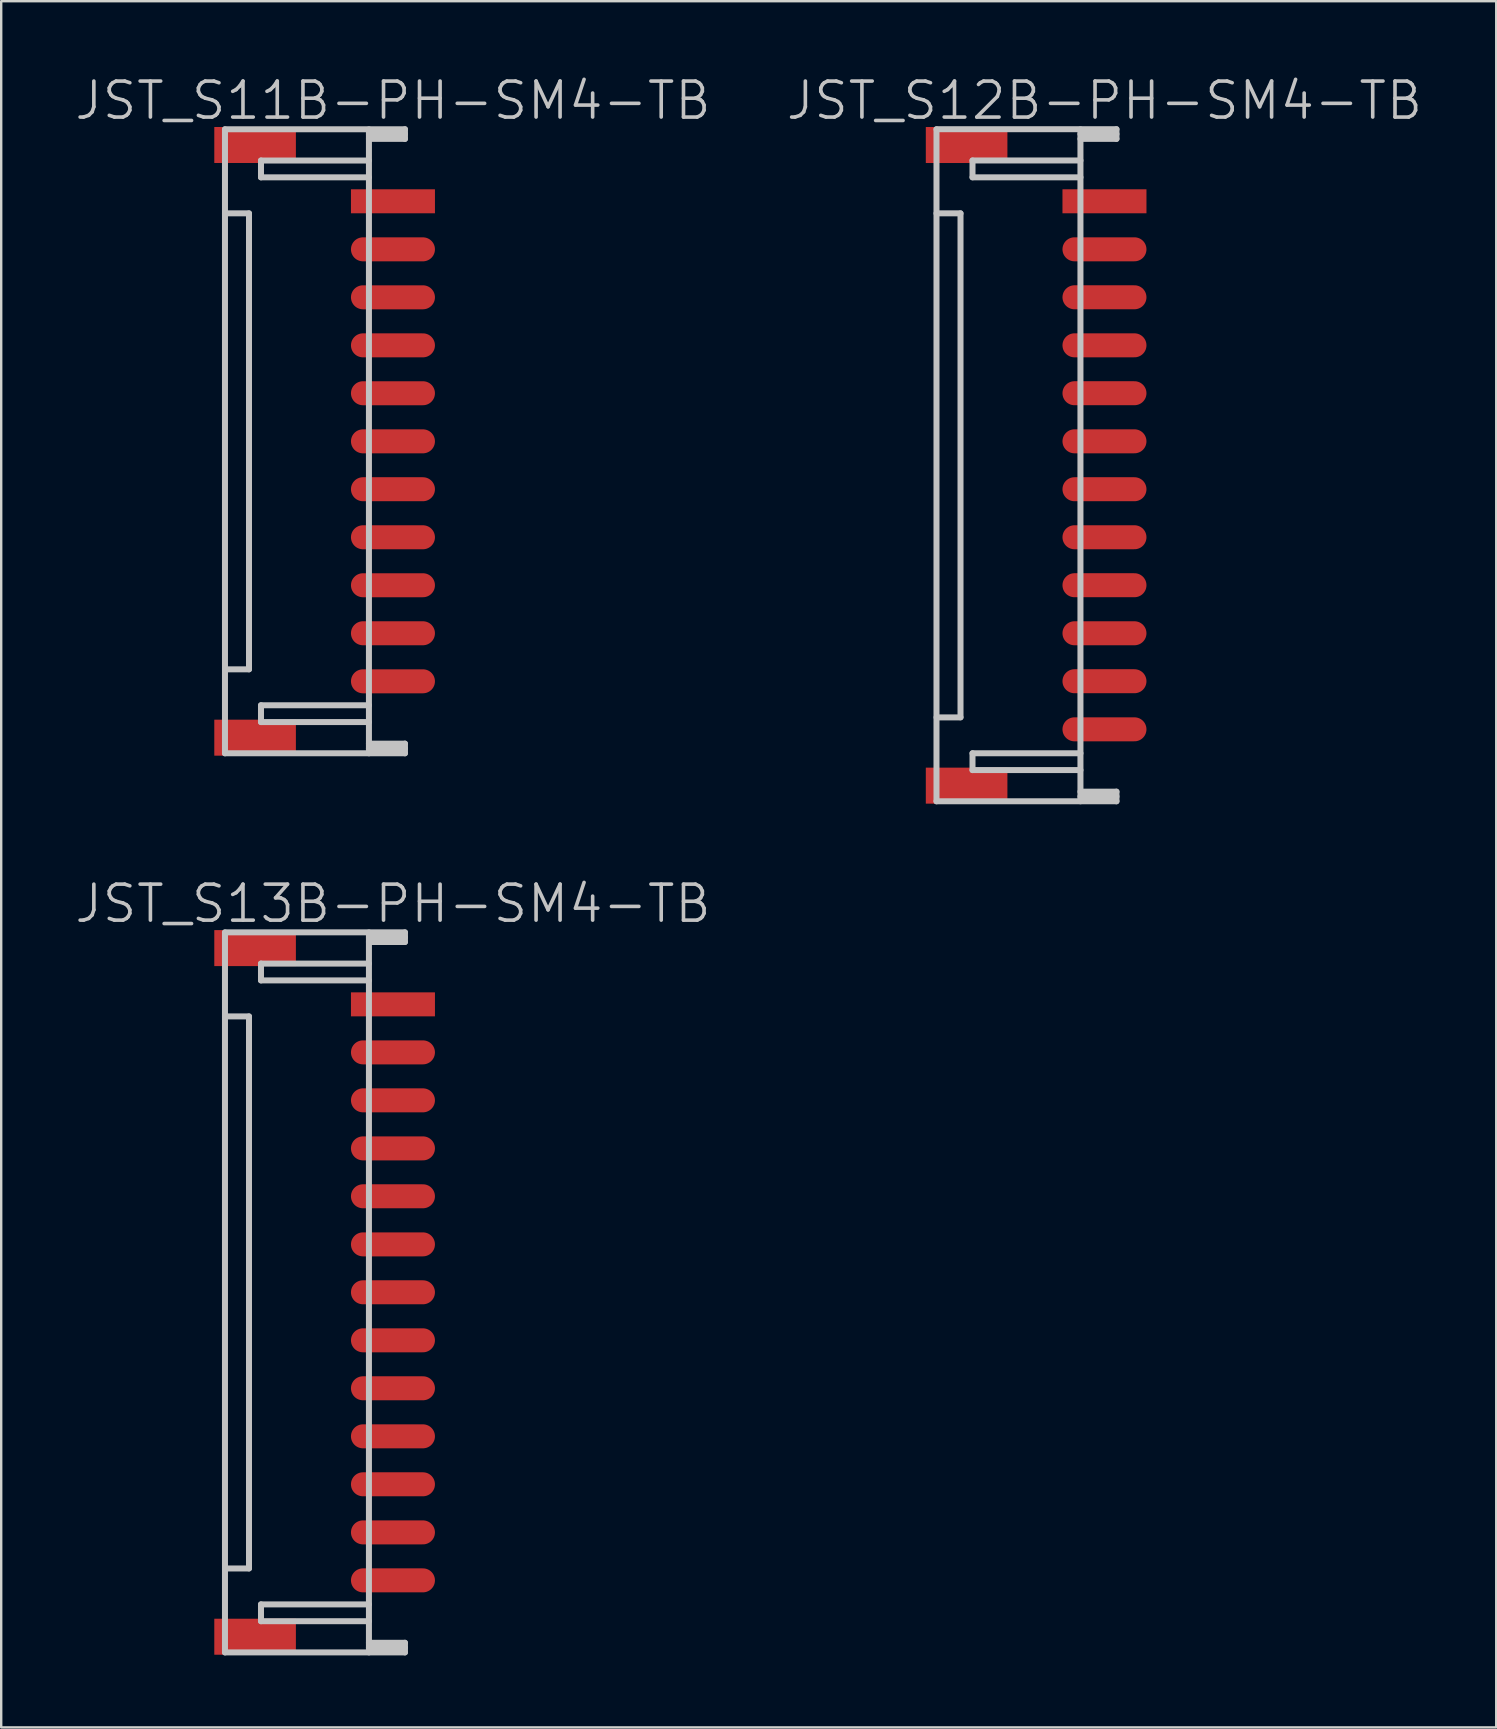
<source format=kicad_pcb>
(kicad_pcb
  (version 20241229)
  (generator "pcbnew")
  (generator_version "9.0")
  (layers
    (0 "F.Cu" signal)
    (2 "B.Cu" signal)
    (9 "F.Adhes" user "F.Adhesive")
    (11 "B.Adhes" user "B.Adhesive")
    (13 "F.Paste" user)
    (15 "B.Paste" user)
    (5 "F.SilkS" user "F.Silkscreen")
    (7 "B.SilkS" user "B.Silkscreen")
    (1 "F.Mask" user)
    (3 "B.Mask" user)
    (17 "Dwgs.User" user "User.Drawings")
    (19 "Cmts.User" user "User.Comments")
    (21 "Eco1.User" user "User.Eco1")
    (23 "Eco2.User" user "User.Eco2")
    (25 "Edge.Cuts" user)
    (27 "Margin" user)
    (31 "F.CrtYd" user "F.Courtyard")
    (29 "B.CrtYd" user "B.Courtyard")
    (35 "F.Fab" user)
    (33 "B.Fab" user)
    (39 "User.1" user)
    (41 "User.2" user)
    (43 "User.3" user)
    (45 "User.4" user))
  (footprint "JST_S11B-PH-SM4-TB"
    (layer "F.Cu")
    (at 13.325 15.341)
    (property "Reference" "JST_S11B-PH-SM4-TB" (at 0 -14.2 180) (layer "Dwgs.User") (effects (font (size 1.5 1.5) (thickness 0.15))))
    (attr smd)
    (fp_line (start -7 -13.005) (end 0.5 -13.005) (stroke (width 0.25) (type solid)) (layer "Dwgs.User"))
    (fp_line (start -7 -13) (end -7 13) (stroke (width 0.25) (type solid)) (layer "Dwgs.User"))
    (fp_line (start -7 -9.5) (end -5.999 -9.5) (stroke (width 0.25) (type solid)) (layer "Dwgs.User"))
    (fp_line (start -5.999 9.5) (end -5.999 -9.5) (stroke (width 0.25) (type solid)) (layer "Dwgs.User"))
    (fp_line (start -5.999 9.502) (end -6.998 9.502) (stroke (width 0.25) (type solid)) (layer "Dwgs.User"))
    (fp_line (start -5.499 -11.702) (end -1.001 -11.702) (stroke (width 0.25) (type solid)) (layer "Dwgs.User"))
    (fp_line (start -5.499 -11.001) (end -5.499 -11.702) (stroke (width 0.25) (type solid)) (layer "Dwgs.User"))
    (fp_line (start -5.499 10.998) (end -5.499 11.699) (stroke (width 0.25) (type solid)) (layer "Dwgs.User"))
    (fp_line (start -5.499 11.699) (end -1.001 11.699) (stroke (width 0.25) (type solid)) (layer "Dwgs.User"))
    (fp_line (start -1.001 -13) (end -1.001 13) (stroke (width 0.25) (type solid)) (layer "Dwgs.User"))
    (fp_line (start -1.001 -12.603) (end 0.5 -12.603) (stroke (width 0.25) (type solid)) (layer "Dwgs.User"))
    (fp_line (start -1.001 -11.001) (end -5.499 -11.001) (stroke (width 0.25) (type solid)) (layer "Dwgs.User"))
    (fp_line (start -1.001 10.998) (end -5.499 10.998) (stroke (width 0.25) (type solid)) (layer "Dwgs.User"))
    (fp_line (start -1.001 12.799) (end 0.5 12.799) (stroke (width 0.25) (type solid)) (layer "Dwgs.User"))
    (fp_line (start 0.5 -12.804) (end -1.001 -12.804) (stroke (width 0.25) (type solid)) (layer "Dwgs.User"))
    (fp_line (start 0.5 -12.603) (end 0.5 -13.005) (stroke (width 0.25) (type solid)) (layer "Dwgs.User"))
    (fp_line (start 0.5 12.598) (end -1.001 12.598) (stroke (width 0.25) (type solid)) (layer "Dwgs.User"))
    (fp_line (start 0.5 13) (end -7 13) (stroke (width 0.25) (type solid)) (layer "Dwgs.User"))
    (fp_line (start 0.5 13) (end 0.5 12.598) (stroke (width 0.25) (type solid)) (layer "Dwgs.User"))
    (pad "" smd rect (at -5.745 -12.349 270) (size 1.5 3.4) (layers "F.Cu" "F.Mask" "F.Paste"))
    (pad "" smd rect (at -5.745 12.349 270) (size 1.5 3.4) (layers "F.Cu" "F.Mask" "F.Paste"))
    (pad "1" smd rect (at 0 -10.003 270) (size 1 3.5) (layers "F.Cu" "F.Mask" "F.Paste"))
    (pad "2" smd oval (at 0 -8.001 270) (size 1 3.5) (layers "F.Cu" "F.Mask" "F.Paste"))
    (pad "3" smd oval (at 0 -6.002 270) (size 1 3.5) (layers "F.Cu" "F.Mask" "F.Paste"))
    (pad "4" smd oval (at 0 -4 270) (size 1 3.5) (layers "F.Cu" "F.Mask" "F.Paste"))
    (pad "5" smd oval (at 0 -2.004 270) (size 1 3.5) (layers "F.Cu" "F.Mask" "F.Paste"))
    (pad "6" smd oval (at 0 0 270) (size 1 3.5) (layers "F.Cu" "F.Mask" "F.Paste"))
    (pad "7" smd oval (at 0 1.996 270) (size 1 3.5) (layers "F.Cu" "F.Mask" "F.Paste"))
    (pad "8" smd oval (at 0 3.998 270) (size 1 3.5) (layers "F.Cu" "F.Mask" "F.Paste"))
    (pad "9" smd oval (at 0 5.997 270) (size 1 3.5) (layers "F.Cu" "F.Mask" "F.Paste"))
    (pad "10" smd oval (at 0 7.998 270) (size 1 3.5) (layers "F.Cu" "F.Mask" "F.Paste"))
    (pad "11" smd oval (at 0 10 270) (size 1 3.5) (layers "F.Cu" "F.Mask" "F.Paste")))
  (footprint "JST_S13B-PH-SM4-TB"
    (layer "F.Cu")
    (at 13.325 50.807)
    (property "Reference" "JST_S13B-PH-SM4-TB" (at 0 -16.2 180) (layer "Dwgs.User") (effects (font (size 1.5 1.5) (thickness 0.15))))
    (attr smd)
    (fp_line (start -7 -15.004) (end 0.5 -15.004) (stroke (width 0.25) (type solid)) (layer "Dwgs.User"))
    (fp_line (start -7 -11.501) (end -5.999 -11.501) (stroke (width 0.25) (type solid)) (layer "Dwgs.User"))
    (fp_line (start -7 15.001) (end -7 -15.001) (stroke (width 0.25) (type solid)) (layer "Dwgs.User"))
    (fp_line (start -5.999 -11.501) (end -5.999 11.501) (stroke (width 0.25) (type solid)) (layer "Dwgs.User"))
    (fp_line (start -5.999 11.504) (end -6.998 11.504) (stroke (width 0.25) (type solid)) (layer "Dwgs.User"))
    (fp_line (start -5.499 -13.703) (end -1.001 -13.703) (stroke (width 0.25) (type solid)) (layer "Dwgs.User"))
    (fp_line (start -5.499 -13.002) (end -5.499 -13.703) (stroke (width 0.25) (type solid)) (layer "Dwgs.User"))
    (fp_line (start -5.499 13) (end -5.499 13.701) (stroke (width 0.25) (type solid)) (layer "Dwgs.User"))
    (fp_line (start -5.499 13.701) (end -1.001 13.701) (stroke (width 0.25) (type solid)) (layer "Dwgs.User"))
    (fp_line (start -1.001 -15.001) (end -1.001 15.001) (stroke (width 0.25) (type solid)) (layer "Dwgs.User"))
    (fp_line (start -1.001 -14.602) (end 0.5 -14.602) (stroke (width 0.25) (type solid)) (layer "Dwgs.User"))
    (fp_line (start -1.001 -13.002) (end -5.499 -13.002) (stroke (width 0.25) (type solid)) (layer "Dwgs.User"))
    (fp_line (start -1.001 13) (end -5.499 13) (stroke (width 0.25) (type solid)) (layer "Dwgs.User"))
    (fp_line (start -1.001 14.801) (end 0.5 14.801) (stroke (width 0.25) (type solid)) (layer "Dwgs.User"))
    (fp_line (start 0.5 -14.803) (end -1.001 -14.803) (stroke (width 0.25) (type solid)) (layer "Dwgs.User"))
    (fp_line (start 0.5 -14.602) (end 0.5 -15.004) (stroke (width 0.25) (type solid)) (layer "Dwgs.User"))
    (fp_line (start 0.5 14.6) (end -1.001 14.6) (stroke (width 0.25) (type solid)) (layer "Dwgs.User"))
    (fp_line (start 0.5 15.001) (end -7 15.001) (stroke (width 0.25) (type solid)) (layer "Dwgs.User"))
    (fp_line (start 0.5 15.001) (end 0.5 14.6) (stroke (width 0.25) (type solid)) (layer "Dwgs.User"))
    (pad "" smd rect (at -5.745 -14.348 270) (size 1.5 3.4) (layers "F.Cu" "F.Mask" "F.Paste"))
    (pad "" smd rect (at -5.745 14.348 270) (size 1.5 3.4) (layers "F.Cu" "F.Mask" "F.Paste"))
    (pad "1" smd rect (at 0 -12.004 270) (size 1 3.5) (layers "F.Cu" "F.Mask" "F.Paste"))
    (pad "2" smd oval (at 0 -10.003 270) (size 1 3.5) (layers "F.Cu" "F.Mask" "F.Paste"))
    (pad "3" smd oval (at 0 -8.004 270) (size 1 3.5) (layers "F.Cu" "F.Mask" "F.Paste"))
    (pad "4" smd oval (at 0 -6.002 270) (size 1 3.5) (layers "F.Cu" "F.Mask" "F.Paste"))
    (pad "5" smd oval (at 0 -4.006 270) (size 1 3.5) (layers "F.Cu" "F.Mask" "F.Paste"))
    (pad "6" smd oval (at 0 -2.002 270) (size 1 3.5) (layers "F.Cu" "F.Mask" "F.Paste"))
    (pad "7" smd oval (at 0 -0.005 270) (size 1 3.5) (layers "F.Cu" "F.Mask" "F.Paste"))
    (pad "8" smd oval (at 0 1.996 270) (size 1 3.5) (layers "F.Cu" "F.Mask" "F.Paste"))
    (pad "9" smd oval (at 0 3.995 270) (size 1 3.5) (layers "F.Cu" "F.Mask" "F.Paste"))
    (pad "10" smd oval (at 0 5.997 270) (size 1 3.5) (layers "F.Cu" "F.Mask" "F.Paste"))
    (pad "11" smd oval (at 0 7.996 270) (size 1 3.5) (layers "F.Cu" "F.Mask" "F.Paste"))
    (pad "12" smd oval (at 0 10 270) (size 1 3.5) (layers "F.Cu" "F.Mask" "F.Paste"))
    (pad "13" smd oval (at 0 11.999 270) (size 1 3.5) (layers "F.Cu" "F.Mask" "F.Paste")))
  (footprint "JST_S12B-PH-SM4-TB"
    (layer "F.Cu")
    (at 42.975 16.341)
    (property "Reference" "JST_S12B-PH-SM4-TB" (at 0 -15.2 180) (layer "Dwgs.User") (effects (font (size 1.5 1.5) (thickness 0.15))))
    (attr smd)
    (fp_line (start -7 -14.006) (end 0.5 -14.006) (stroke (width 0.25) (type solid)) (layer "Dwgs.User"))
    (fp_line (start -7 -14) (end -7 14) (stroke (width 0.25) (type solid)) (layer "Dwgs.User"))
    (fp_line (start -7 -10.5) (end -5.999 -10.5) (stroke (width 0.25) (type solid)) (layer "Dwgs.User"))
    (fp_line (start -5.999 10.5) (end -5.999 -10.5) (stroke (width 0.25) (type solid)) (layer "Dwgs.User"))
    (fp_line (start -5.999 10.503) (end -6.998 10.503) (stroke (width 0.25) (type solid)) (layer "Dwgs.User"))
    (fp_line (start -5.499 -12.703) (end -1.001 -12.703) (stroke (width 0.25) (type solid)) (layer "Dwgs.User"))
    (fp_line (start -5.499 -12.002) (end -5.499 -12.703) (stroke (width 0.25) (type solid)) (layer "Dwgs.User"))
    (fp_line (start -5.499 11.999) (end -5.499 12.7) (stroke (width 0.25) (type solid)) (layer "Dwgs.User"))
    (fp_line (start -5.499 12.7) (end -1.001 12.7) (stroke (width 0.25) (type solid)) (layer "Dwgs.User"))
    (fp_line (start -1.001 -14) (end -1.001 14) (stroke (width 0.25) (type solid)) (layer "Dwgs.User"))
    (fp_line (start -1.001 -13.604) (end 0.5 -13.604) (stroke (width 0.25) (type solid)) (layer "Dwgs.User"))
    (fp_line (start -1.001 -12.002) (end -5.499 -12.002) (stroke (width 0.25) (type solid)) (layer "Dwgs.User"))
    (fp_line (start -1.001 11.999) (end -5.499 11.999) (stroke (width 0.25) (type solid)) (layer "Dwgs.User"))
    (fp_line (start -1.001 13.8) (end 0.5 13.8) (stroke (width 0.25) (type solid)) (layer "Dwgs.User"))
    (fp_line (start 0.5 -13.805) (end -1.001 -13.805) (stroke (width 0.25) (type solid)) (layer "Dwgs.User"))
    (fp_line (start 0.5 -13.604) (end 0.5 -14.006) (stroke (width 0.25) (type solid)) (layer "Dwgs.User"))
    (fp_line (start 0.5 13.599) (end -1.001 13.599) (stroke (width 0.25) (type solid)) (layer "Dwgs.User"))
    (fp_line (start 0.5 14) (end -7 14) (stroke (width 0.25) (type solid)) (layer "Dwgs.User"))
    (fp_line (start 0.5 14) (end 0.5 13.599) (stroke (width 0.25) (type solid)) (layer "Dwgs.User"))
    (pad "" smd rect (at -5.745 -13.348 270) (size 1.5 3.4) (layers "F.Cu" "F.Mask" "F.Paste"))
    (pad "" smd rect (at -5.745 13.348 270) (size 1.5 3.4) (layers "F.Cu" "F.Mask" "F.Paste"))
    (pad "1" smd rect (at 0 -11.003 270) (size 1 3.5) (layers "F.Cu" "F.Mask" "F.Paste"))
    (pad "2" smd oval (at 0 -9.002 270) (size 1 3.5) (layers "F.Cu" "F.Mask" "F.Paste"))
    (pad "3" smd oval (at 0 -7.003 270) (size 1 3.5) (layers "F.Cu" "F.Mask" "F.Paste"))
    (pad "4" smd oval (at 0 -5.001 270) (size 1 3.5) (layers "F.Cu" "F.Mask" "F.Paste"))
    (pad "5" smd oval (at 0 -3.005 270) (size 1 3.5) (layers "F.Cu" "F.Mask" "F.Paste"))
    (pad "6" smd oval (at 0 -1.001 270) (size 1 3.5) (layers "F.Cu" "F.Mask" "F.Paste"))
    (pad "7" smd oval (at 0 0.996 270) (size 1 3.5) (layers "F.Cu" "F.Mask" "F.Paste"))
    (pad "8" smd oval (at 0 2.997 270) (size 1 3.5) (layers "F.Cu" "F.Mask" "F.Paste"))
    (pad "9" smd oval (at 0 4.996 270) (size 1 3.5) (layers "F.Cu" "F.Mask" "F.Paste"))
    (pad "10" smd oval (at 0 6.998 270) (size 1 3.5) (layers "F.Cu" "F.Mask" "F.Paste"))
    (pad "11" smd oval (at 0 8.997 270) (size 1 3.5) (layers "F.Cu" "F.Mask" "F.Paste"))
    (pad "12" smd oval (at 0 11.001 270) (size 1 3.5) (layers "F.Cu" "F.Mask" "F.Paste")))
  (gr_rect
    (start -3 -3)
    (end 59.3 68.933)
    (stroke (width 0.1) (type default))
    (fill no)
    (layer "Edge.Cuts")))
</source>
